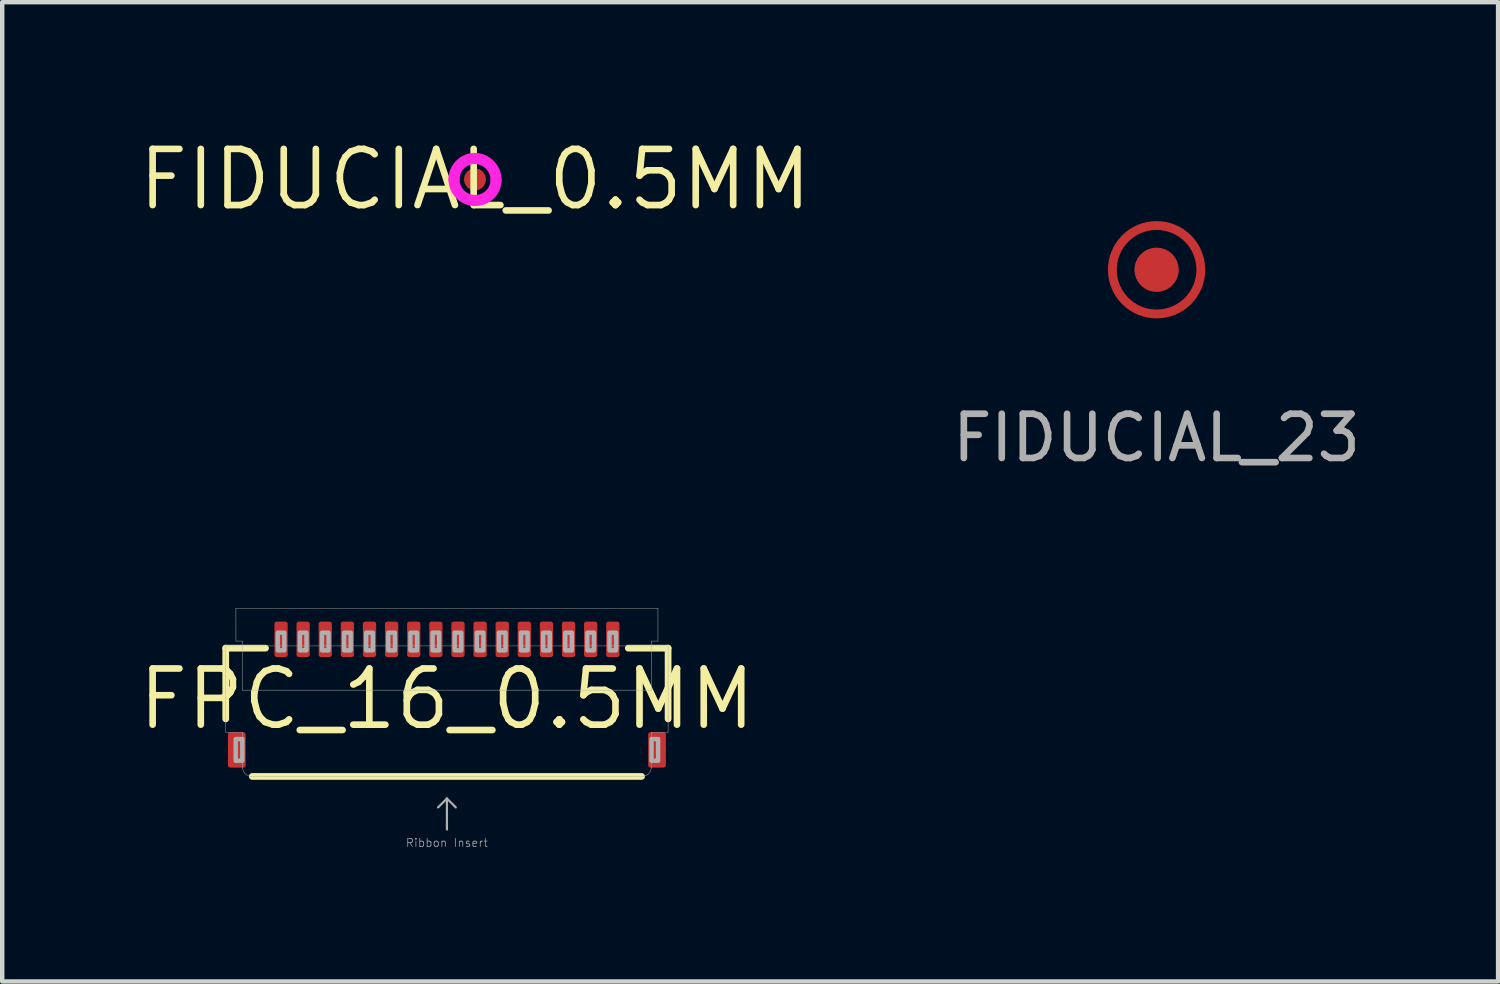
<source format=kicad_pcb>
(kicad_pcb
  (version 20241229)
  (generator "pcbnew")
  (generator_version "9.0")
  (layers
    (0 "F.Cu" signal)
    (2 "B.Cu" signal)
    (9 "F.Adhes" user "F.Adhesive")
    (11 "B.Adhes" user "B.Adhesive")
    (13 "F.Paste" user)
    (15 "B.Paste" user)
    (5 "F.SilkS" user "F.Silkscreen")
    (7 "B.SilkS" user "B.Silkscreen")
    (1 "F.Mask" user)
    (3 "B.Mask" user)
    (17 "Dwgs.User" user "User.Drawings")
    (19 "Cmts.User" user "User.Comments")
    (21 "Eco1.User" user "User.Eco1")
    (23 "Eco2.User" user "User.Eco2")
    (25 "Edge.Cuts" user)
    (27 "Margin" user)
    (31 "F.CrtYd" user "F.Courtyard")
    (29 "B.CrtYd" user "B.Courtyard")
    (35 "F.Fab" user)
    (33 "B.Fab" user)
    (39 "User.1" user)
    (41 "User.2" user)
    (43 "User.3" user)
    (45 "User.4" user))
  (footprint "FPC_16_0.5MM"
    (layer "F.Cu")
    (at 7.053 12.752)
    (property "Reference" "FPC_16_0.5MM" (at 0 0 0) (layer "F.SilkS") (effects (font (size 1.27 1.27) (thickness 0.15))))
    (fp_line (start -5 -1.15) (end -5 0.45) (stroke (width 0.152) (type solid)) (layer "F.SilkS"))
    (fp_line (start -5 -1.15) (end -4.1 -1.15) (stroke (width 0.152) (type solid)) (layer "F.SilkS"))
    (fp_line (start -4.4 1.75) (end 4.4 1.75) (stroke (width 0.152) (type solid)) (layer "F.SilkS"))
    (fp_line (start 5 -1.15) (end 4.1 -1.15) (stroke (width 0.152) (type solid)) (layer "F.SilkS"))
    (fp_line (start 5 -1.15) (end 5 0.45) (stroke (width 0.152) (type solid)) (layer "F.SilkS"))
    (fp_poly (pts (xy -3.875 -1.025) (xy -3.625 -1.025) (xy -3.625 -1.675) (xy -3.875 -1.675)) (stroke (width 0) (type default)) (fill yes) (layer "F.Paste"))
    (fp_poly (pts (xy -3.375 -1.025) (xy -3.125 -1.025) (xy -3.125 -1.675) (xy -3.375 -1.675)) (stroke (width 0) (type default)) (fill yes) (layer "F.Paste"))
    (fp_poly (pts (xy -2.875 -1.025) (xy -2.625 -1.025) (xy -2.625 -1.675) (xy -2.875 -1.675)) (stroke (width 0) (type default)) (fill yes) (layer "F.Paste"))
    (fp_poly (pts (xy -2.375 -1.025) (xy -2.125 -1.025) (xy -2.125 -1.675) (xy -2.375 -1.675)) (stroke (width 0) (type default)) (fill yes) (layer "F.Paste"))
    (fp_poly (pts (xy -1.875 -1.025) (xy -1.625 -1.025) (xy -1.625 -1.675) (xy -1.875 -1.675)) (stroke (width 0) (type default)) (fill yes) (layer "F.Paste"))
    (fp_poly (pts (xy -1.375 -1.025) (xy -1.125 -1.025) (xy -1.125 -1.675) (xy -1.375 -1.675)) (stroke (width 0) (type default)) (fill yes) (layer "F.Paste"))
    (fp_poly (pts (xy -0.875 -1.025) (xy -0.625 -1.025) (xy -0.625 -1.675) (xy -0.875 -1.675)) (stroke (width 0) (type default)) (fill yes) (layer "F.Paste"))
    (fp_poly (pts (xy -0.375 -1.025) (xy -0.125 -1.025) (xy -0.125 -1.675) (xy -0.375 -1.675)) (stroke (width 0) (type default)) (fill yes) (layer "F.Paste"))
    (fp_poly (pts (xy 0.125 -1.025) (xy 0.375 -1.025) (xy 0.375 -1.675) (xy 0.125 -1.675)) (stroke (width 0) (type default)) (fill yes) (layer "F.Paste"))
    (fp_poly (pts (xy 0.625 -1.025) (xy 0.875 -1.025) (xy 0.875 -1.675) (xy 0.625 -1.675)) (stroke (width 0) (type default)) (fill yes) (layer "F.Paste"))
    (fp_poly (pts (xy 1.125 -1.025) (xy 1.375 -1.025) (xy 1.375 -1.675) (xy 1.125 -1.675)) (stroke (width 0) (type default)) (fill yes) (layer "F.Paste"))
    (fp_poly (pts (xy 1.625 -1.025) (xy 1.875 -1.025) (xy 1.875 -1.675) (xy 1.625 -1.675)) (stroke (width 0) (type default)) (fill yes) (layer "F.Paste"))
    (fp_poly (pts (xy 2.125 -1.025) (xy 2.375 -1.025) (xy 2.375 -1.675) (xy 2.125 -1.675)) (stroke (width 0) (type default)) (fill yes) (layer "F.Paste"))
    (fp_poly (pts (xy 2.625 -1.025) (xy 2.875 -1.025) (xy 2.875 -1.675) (xy 2.625 -1.675)) (stroke (width 0) (type default)) (fill yes) (layer "F.Paste"))
    (fp_poly (pts (xy 3.125 -1.025) (xy 3.375 -1.025) (xy 3.375 -1.675) (xy 3.125 -1.675)) (stroke (width 0) (type default)) (fill yes) (layer "F.Paste"))
    (fp_poly (pts (xy 3.625 -1.025) (xy 3.875 -1.025) (xy 3.875 -1.675) (xy 3.625 -1.675)) (stroke (width 0) (type default)) (fill yes) (layer "F.Paste"))
    (fp_line (start -5 -1.2) (end -5 0.75) (stroke (width 0.01) (type solid)) (layer "F.Fab"))
    (fp_line (start -5 -1.2) (end -4.62 -1.2) (stroke (width 0.01) (type solid)) (layer "F.Fab"))
    (fp_line (start -4.77 -2.05) (end -4.77 -1.31) (stroke (width 0.01) (type solid)) (layer "F.Fab"))
    (fp_line (start -4.77 -2.05) (end 4.77 -2.05) (stroke (width 0.01) (type solid)) (layer "F.Fab"))
    (fp_line (start -4.62 -1.31) (end -4.77 -1.31) (stroke (width 0.01) (type solid)) (layer "F.Fab"))
    (fp_line (start -4.62 -1.2) (end -4.62 -1.31) (stroke (width 0.01) (type solid)) (layer "F.Fab"))
    (fp_line (start -4.62 -1.2) (end 4.62 -1.2) (stroke (width 0.01) (type solid)) (layer "F.Fab"))
    (fp_line (start -4.62 -0.2) (end -4.62 -1.2) (stroke (width 0.01) (type solid)) (layer "F.Fab"))
    (fp_line (start -4.62 -0.2) (end 4.62 -0.2) (stroke (width 0.01) (type solid)) (layer "F.Fab"))
    (fp_line (start -4.62 0.75) (end -5 0.75) (stroke (width 0.01) (type solid)) (layer "F.Fab"))
    (fp_line (start -4.62 1.55) (end -4.62 0.75) (stroke (width 0.01) (type solid)) (layer "F.Fab"))
    (fp_line (start 0 2.25) (end -0.2 2.45) (stroke (width 0.05) (type solid)) (layer "F.Fab"))
    (fp_line (start 0 2.25) (end 0.2 2.45) (stroke (width 0.05) (type solid)) (layer "F.Fab"))
    (fp_line (start 0 2.95) (end 0 2.25) (stroke (width 0.05) (type solid)) (layer "F.Fab"))
    (fp_line (start 4.41 1.75) (end -4.41 1.75) (stroke (width 0.01) (type solid)) (layer "F.Fab"))
    (fp_line (start 4.62 -1.31) (end 4.77 -1.31) (stroke (width 0.01) (type solid)) (layer "F.Fab"))
    (fp_line (start 4.62 -1.2) (end 4.62 -1.31) (stroke (width 0.01) (type solid)) (layer "F.Fab"))
    (fp_line (start 4.62 -1.2) (end 5 -1.2) (stroke (width 0.01) (type solid)) (layer "F.Fab"))
    (fp_line (start 4.62 -0.2) (end 4.62 -1.2) (stroke (width 0.01) (type solid)) (layer "F.Fab"))
    (fp_line (start 4.62 1.55) (end 4.62 0.75) (stroke (width 0.01) (type solid)) (layer "F.Fab"))
    (fp_line (start 4.77 -1.31) (end 4.77 -2.05) (stroke (width 0.01) (type solid)) (layer "F.Fab"))
    (fp_line (start 5 -1.2) (end 5 0.75) (stroke (width 0.01) (type solid)) (layer "F.Fab"))
    (fp_line (start 5 0.75) (end 4.62 0.75) (stroke (width 0.01) (type solid)) (layer "F.Fab"))
    (fp_arc (start -4.409999 1.749999) (mid -4.55542 1.692442) (end -4.62 1.55) (stroke (width 0.01) (type solid)) (layer "F.Fab"))
    (fp_arc (start 4.62 1.55) (mid 4.55542 1.692442) (end 4.409999 1.749999) (stroke (width 0.01) (type solid)) (layer "F.Fab"))
    (fp_poly (pts (xy -4.775 1.395) (xy -4.625 1.395) (xy -4.625 0.905) (xy -4.775 0.905)) (stroke (width 0.1) (type default)) (fill no) (layer "F.Fab"))
    (fp_poly (pts (xy -3.825 -1.1) (xy -3.675 -1.1) (xy -3.675 -1.5) (xy -3.825 -1.5)) (stroke (width 0.1) (type default)) (fill no) (layer "F.Fab"))
    (fp_poly (pts (xy -3.325 -1.1) (xy -3.175 -1.1) (xy -3.175 -1.5) (xy -3.325 -1.5)) (stroke (width 0.1) (type default)) (fill no) (layer "F.Fab"))
    (fp_poly (pts (xy -2.825 -1.1) (xy -2.675 -1.1) (xy -2.675 -1.5) (xy -2.825 -1.5)) (stroke (width 0.1) (type default)) (fill no) (layer "F.Fab"))
    (fp_poly (pts (xy -2.325 -1.1) (xy -2.175 -1.1) (xy -2.175 -1.5) (xy -2.325 -1.5)) (stroke (width 0.1) (type default)) (fill no) (layer "F.Fab"))
    (fp_poly (pts (xy -1.825 -1.1) (xy -1.675 -1.1) (xy -1.675 -1.5) (xy -1.825 -1.5)) (stroke (width 0.1) (type default)) (fill no) (layer "F.Fab"))
    (fp_poly (pts (xy -1.325 -1.1) (xy -1.175 -1.1) (xy -1.175 -1.5) (xy -1.325 -1.5)) (stroke (width 0.1) (type default)) (fill no) (layer "F.Fab"))
    (fp_poly (pts (xy -0.825 -1.1) (xy -0.675 -1.1) (xy -0.675 -1.5) (xy -0.825 -1.5)) (stroke (width 0.1) (type default)) (fill no) (layer "F.Fab"))
    (fp_poly (pts (xy -0.325 -1.1) (xy -0.175 -1.1) (xy -0.175 -1.5) (xy -0.325 -1.5)) (stroke (width 0.1) (type default)) (fill no) (layer "F.Fab"))
    (fp_poly (pts (xy 0.175 -1.1) (xy 0.325 -1.1) (xy 0.325 -1.5) (xy 0.175 -1.5)) (stroke (width 0.1) (type default)) (fill no) (layer "F.Fab"))
    (fp_poly (pts (xy 0.675 -1.1) (xy 0.825 -1.1) (xy 0.825 -1.5) (xy 0.675 -1.5)) (stroke (width 0.1) (type default)) (fill no) (layer "F.Fab"))
    (fp_poly (pts (xy 1.175 -1.1) (xy 1.325 -1.1) (xy 1.325 -1.5) (xy 1.175 -1.5)) (stroke (width 0.1) (type default)) (fill no) (layer "F.Fab"))
    (fp_poly (pts (xy 1.675 -1.1) (xy 1.825 -1.1) (xy 1.825 -1.5) (xy 1.675 -1.5)) (stroke (width 0.1) (type default)) (fill no) (layer "F.Fab"))
    (fp_poly (pts (xy 2.175 -1.1) (xy 2.325 -1.1) (xy 2.325 -1.5) (xy 2.175 -1.5)) (stroke (width 0.1) (type default)) (fill no) (layer "F.Fab"))
    (fp_poly (pts (xy 2.675 -1.1) (xy 2.825 -1.1) (xy 2.825 -1.5) (xy 2.675 -1.5)) (stroke (width 0.1) (type default)) (fill no) (layer "F.Fab"))
    (fp_poly (pts (xy 3.175 -1.1) (xy 3.325 -1.1) (xy 3.325 -1.5) (xy 3.175 -1.5)) (stroke (width 0.1) (type default)) (fill no) (layer "F.Fab"))
    (fp_poly (pts (xy 3.675 -1.1) (xy 3.825 -1.1) (xy 3.825 -1.5) (xy 3.675 -1.5)) (stroke (width 0.1) (type default)) (fill no) (layer "F.Fab"))
    (fp_poly (pts (xy 4.625 1.395) (xy 4.775 1.395) (xy 4.775 0.905) (xy 4.625 0.905)) (stroke (width 0.1) (type default)) (fill no) (layer "F.Fab"))
    (fp_text user "Ribbon Insert" (at 0 3.25 0) (layer "F.Fab") (effects (font (size 0.184 0.184) (thickness 0.016))))
    (pad "1" smd roundrect (at -3.75 -1.35) (size 0.3 0.8) (layers "F.Cu" "F.Mask") (roundrect_rratio 0.169))
    (pad "2" smd roundrect (at -3.25 -1.35) (size 0.3 0.8) (layers "F.Cu" "F.Mask") (roundrect_rratio 0.169))
    (pad "3" smd roundrect (at -2.75 -1.35) (size 0.3 0.8) (layers "F.Cu" "F.Mask") (roundrect_rratio 0.169))
    (pad "4" smd roundrect (at -2.25 -1.35) (size 0.3 0.8) (layers "F.Cu" "F.Mask") (roundrect_rratio 0.169))
    (pad "5" smd roundrect (at -1.75 -1.35) (size 0.3 0.8) (layers "F.Cu" "F.Mask") (roundrect_rratio 0.169))
    (pad "6" smd roundrect (at -1.25 -1.35) (size 0.3 0.8) (layers "F.Cu" "F.Mask") (roundrect_rratio 0.169))
    (pad "7" smd roundrect (at -0.75 -1.35) (size 0.3 0.8) (layers "F.Cu" "F.Mask") (roundrect_rratio 0.169))
    (pad "8" smd roundrect (at -0.25 -1.35) (size 0.3 0.8) (layers "F.Cu" "F.Mask") (roundrect_rratio 0.169))
    (pad "9" smd roundrect (at 0.25 -1.35) (size 0.3 0.8) (layers "F.Cu" "F.Mask") (roundrect_rratio 0.169))
    (pad "10" smd roundrect (at 0.75 -1.35) (size 0.3 0.8) (layers "F.Cu" "F.Mask") (roundrect_rratio 0.169))
    (pad "11" smd roundrect (at 1.25 -1.35) (size 0.3 0.8) (layers "F.Cu" "F.Mask") (roundrect_rratio 0.169))
    (pad "12" smd roundrect (at 1.75 -1.35) (size 0.3 0.8) (layers "F.Cu" "F.Mask") (roundrect_rratio 0.169))
    (pad "13" smd roundrect (at 2.25 -1.35) (size 0.3 0.8) (layers "F.Cu" "F.Mask") (roundrect_rratio 0.169))
    (pad "14" smd roundrect (at 2.75 -1.35) (size 0.3 0.8) (layers "F.Cu" "F.Mask") (roundrect_rratio 0.169))
    (pad "15" smd roundrect (at 3.25 -1.35) (size 0.3 0.8) (layers "F.Cu" "F.Mask") (roundrect_rratio 0.169))
    (pad "16" smd roundrect (at 3.75 -1.35) (size 0.3 0.8) (layers "F.Cu" "F.Mask") (roundrect_rratio 0.169))
    (pad "MP1" smd roundrect (at -4.75 1.15) (size 0.4 0.8) (layers "F.Cu" "F.Mask" "F.Paste") (roundrect_rratio 0.127))
    (pad "MP2" smd roundrect (at 4.75 1.15) (size 0.4 0.8) (layers "F.Cu" "F.Mask" "F.Paste") (roundrect_rratio 0.127)))
  (footprint "FIDUCIAL_23"
    (layer "F.Cu")
    (at 23.096 3.048)
    (property "Reference" "FIDUCIAL_23" (at 0 -2.2 0) (unlocked yes) (layer "User.1") (effects (font (size 1 1) (thickness 0.15))))
    (attr board_only exclude_from_pos_files exclude_from_bom)
    (fp_circle (center 0 0) (end 1 0) (stroke (width 0.2) (type solid)) (fill no) (layer "F.Cu"))
    (fp_circle (center 0 0) (end 1 0) (stroke (width 0.2) (type solid)) (fill no) (layer "F.Paste"))
    (fp_text user "${REFERENCE}" (at 0 3.8 0) (unlocked yes) (layer "F.Fab") (effects (font (size 1 1) (thickness 0.15))))
    (pad "1" smd circle (at 0 0) (size 1 1) (layers "F.Cu" "F.Mask" "F.Paste")))
  (footprint "FIDUCIAL_0.5MM"
    (layer "F.Cu")
    (at 7.688 1.006)
    (property "Reference" "FIDUCIAL_0.5MM" (at 0 0 0) (layer "F.SilkS") (effects (font (size 1.27 1.27) (thickness 0.15))))
    (fp_arc (start -0.475 0) (mid -0.335876 -0.335876) (end 0 -0.475) (stroke (width 0.25) (type solid)) (layer "F.Mask"))
    (fp_arc (start 0 -0.475) (mid 0.341053 -0.323376) (end 0.475 0.025) (stroke (width 0.25) (type solid)) (layer "F.Mask"))
    (fp_arc (start 0 0.475) (mid -0.335876 0.335876) (end -0.475 0) (stroke (width 0.25) (type solid)) (layer "F.Mask"))
    (fp_arc (start 0.475 0.025) (mid 0.330697 0.348376) (end -0.000002 0.475) (stroke (width 0.25) (type solid)) (layer "F.Mask"))
    (fp_arc (start -0.475 0) (mid -0.335876 -0.335876) (end 0 -0.475) (stroke (width 0.25) (type solid)) (layer "F.CrtYd"))
    (fp_arc (start 0 -0.475) (mid 0.341053 -0.323376) (end 0.475 0.025) (stroke (width 0.25) (type solid)) (layer "F.CrtYd"))
    (fp_arc (start 0 0.475) (mid -0.335876 0.335876) (end -0.475 0) (stroke (width 0.25) (type solid)) (layer "F.CrtYd"))
    (fp_arc (start 0.475 0.025) (mid 0.330697 0.348376) (end -0.000002 0.475) (stroke (width 0.25) (type solid)) (layer "F.CrtYd"))
    (pad "1" smd roundrect (at 0 0 180) (size 0.5 0.5) (layers "F.Cu" "F.Mask") (roundrect_rratio 0.5)))
  (gr_rect
    (start -3 -3)
    (end 30.816 19.137)
    (stroke (width 0.1) (type default))
    (fill no)
    (layer "Edge.Cuts")))
</source>
